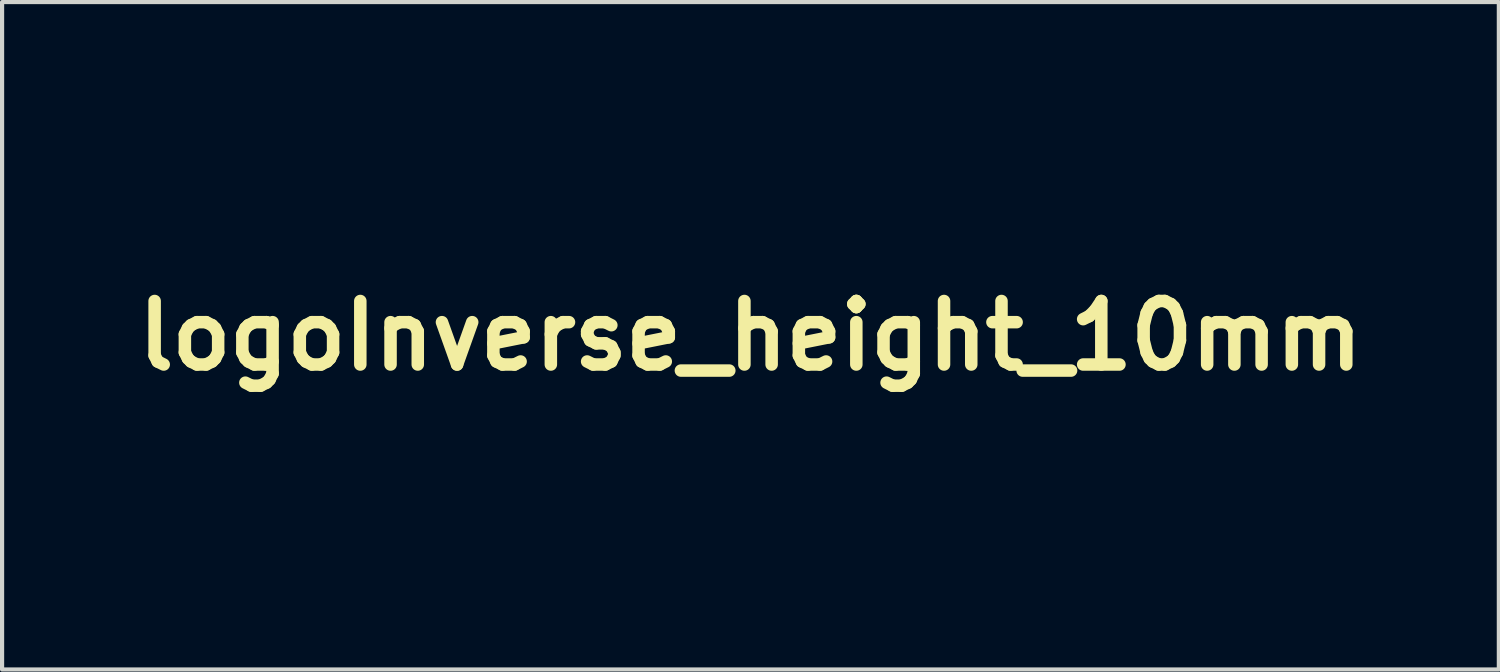
<source format=kicad_pcb>
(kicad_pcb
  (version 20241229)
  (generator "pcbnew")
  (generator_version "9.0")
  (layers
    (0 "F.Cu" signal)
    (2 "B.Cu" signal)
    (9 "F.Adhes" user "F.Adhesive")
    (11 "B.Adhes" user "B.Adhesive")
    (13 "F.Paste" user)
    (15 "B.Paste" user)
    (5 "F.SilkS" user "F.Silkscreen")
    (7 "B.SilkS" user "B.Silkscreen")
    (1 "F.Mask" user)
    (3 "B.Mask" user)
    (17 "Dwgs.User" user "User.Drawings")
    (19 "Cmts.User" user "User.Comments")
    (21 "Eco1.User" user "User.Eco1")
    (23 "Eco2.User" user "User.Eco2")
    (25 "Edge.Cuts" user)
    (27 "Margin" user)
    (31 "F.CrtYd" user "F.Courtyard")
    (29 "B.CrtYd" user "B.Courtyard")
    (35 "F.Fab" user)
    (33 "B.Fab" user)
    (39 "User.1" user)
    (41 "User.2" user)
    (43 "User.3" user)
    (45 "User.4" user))
  (footprint "logoInverse_height_10mm"
    (layer "F.Cu")
    (at 14.957 5.007)
    (property "Reference" "logoInverse_height_10mm" (at 0 0 0) (layer "F.SilkS") (effects (font (size 1.524 1.524) (thickness 0.3))))
    (attr through_hole)
    (fp_poly (pts (xy 0.654 -1.427) (xy 0.656 -1.372) (xy 0.658 -1.285) (xy 0.659 -1.17) (xy 0.66 -1.029) (xy 0.66 -0.867) (xy 0.659 -0.686) (xy 0.658 -0.49) (xy 0.657 -0.327) (xy 0.653 0.024) (xy 0.648 0.338) (xy 0.642 0.616) (xy 0.636 0.86) (xy 0.628 1.071) (xy 0.619 1.252) (xy 0.609 1.402) (xy 0.597 1.526) (xy 0.588 1.602) (xy 0.576 1.686) (xy 0.563 1.787) (xy 0.55 1.887) (xy 0.549 1.895) (xy 0.533 2.021) (xy 0.513 2.15) (xy 0.488 2.297) (xy 0.467 2.413) (xy 0.455 2.485) (xy 0.441 2.574) (xy 0.43 2.652) (xy 0.416 2.751) (xy 0.401 2.861) (xy 0.391 2.936) (xy 0.379 3.019) (xy 0.368 3.099) (xy 0.361 3.155) (xy 0.348 3.238) (xy 0.332 3.33) (xy 0.313 3.418) (xy 0.297 3.485) (xy 0.293 3.497) (xy 0.281 3.543) (xy 0.265 3.61) (xy 0.254 3.663) (xy 0.239 3.735) (xy 0.224 3.799) (xy 0.215 3.83) (xy 0.2 3.879) (xy 0.182 3.944) (xy 0.176 3.966) (xy 0.15 4.053) (xy 0.123 4.137) (xy 0.096 4.211) (xy 0.072 4.266) (xy 0.055 4.296) (xy 0.051 4.298) (xy 0.036 4.285) (xy 0.001 4.25) (xy -0.048 4.2) (xy -0.071 4.176) (xy -0.135 4.107) (xy -0.195 4.035) (xy -0.242 3.975) (xy -0.248 3.966) (xy -0.281 3.917) (xy -0.311 3.868) (xy -0.345 3.811) (xy -0.389 3.733) (xy -0.408 3.7) (xy -0.426 3.665) (xy -0.454 3.606) (xy -0.486 3.535) (xy -0.49 3.527) (xy -0.535 3.429) (xy -0.583 3.325) (xy -0.632 3.225) (xy -0.674 3.138) (xy -0.707 3.075) (xy -0.711 3.068) (xy -0.775 2.93) (xy -0.834 2.758) (xy -0.889 2.556) (xy -0.937 2.328) (xy -0.978 2.08) (xy -0.988 2.003) (xy -0.998 1.9) (xy -1.005 1.768) (xy -1.009 1.613) (xy -1.01 1.445) (xy -1.009 1.271) (xy -1.005 1.101) (xy -0.999 0.943) (xy -0.991 0.805) (xy -0.98 0.695) (xy -0.977 0.674) (xy -0.964 0.582) (xy -0.951 0.484) (xy -0.942 0.42) (xy -0.934 0.371) (xy -0.923 0.329) (xy -0.903 0.288) (xy -0.871 0.239) (xy -0.822 0.175) (xy -0.757 0.095) (xy -0.69 0.016) (xy -0.602 -0.082) (xy -0.501 -0.192) (xy -0.395 -0.304) (xy -0.29 -0.411) (xy -0.279 -0.422) (xy -0.088 -0.616) (xy 0.077 -0.784) (xy 0.215 -0.929) (xy 0.33 -1.052) (xy 0.421 -1.154) (xy 0.492 -1.237) (xy 0.542 -1.302) (xy 0.559 -1.327) (xy 0.598 -1.385) (xy 0.631 -1.427) (xy 0.65 -1.446) (xy 0.651 -1.446) (xy 0.654 -1.427)) (stroke (width 0.01) (type solid)) (fill no) (layer "Eco2.User"))
    (fp_poly (pts (xy 2.015 -4.447) (xy 2.083 -4.413) (xy 2.161 -4.349) (xy 2.178 -4.334) (xy 2.306 -4.199) (xy 2.42 -4.045) (xy 2.515 -3.884) (xy 2.583 -3.724) (xy 2.599 -3.673) (xy 2.617 -3.611) (xy 2.634 -3.559) (xy 2.639 -3.546) (xy 2.66 -3.472) (xy 2.676 -3.369) (xy 2.688 -3.246) (xy 2.695 -3.112) (xy 2.696 -2.976) (xy 2.69 -2.849) (xy 2.679 -2.739) (xy 2.676 -2.724) (xy 2.654 -2.617) (xy 2.619 -2.485) (xy 2.576 -2.339) (xy 2.528 -2.191) (xy 2.479 -2.05) (xy 2.431 -1.929) (xy 2.404 -1.866) (xy 2.364 -1.782) (xy 2.322 -1.692) (xy 2.298 -1.641) (xy 2.257 -1.561) (xy 2.211 -1.475) (xy 2.188 -1.436) (xy 2.15 -1.369) (xy 2.116 -1.305) (xy 2.101 -1.275) (xy 2.075 -1.225) (xy 2.039 -1.165) (xy 1.999 -1.104) (xy 1.963 -1.054) (xy 1.936 -1.023) (xy 1.931 -1.019) (xy 1.916 -0.997) (xy 1.915 -0.989) (xy 1.903 -0.957) (xy 1.88 -0.927) (xy 1.84 -0.88) (xy 1.814 -0.845) (xy 1.782 -0.803) (xy 1.738 -0.75) (xy 1.717 -0.727) (xy 1.665 -0.667) (xy 1.613 -0.604) (xy 1.599 -0.586) (xy 1.561 -0.54) (xy 1.508 -0.481) (xy 1.444 -0.414) (xy 1.377 -0.346) (xy 1.312 -0.282) (xy 1.255 -0.228) (xy 1.212 -0.191) (xy 1.19 -0.176) (xy 1.189 -0.176) (xy 1.183 -0.193) (xy 1.179 -0.244) (xy 1.176 -0.33) (xy 1.175 -0.453) (xy 1.176 -0.613) (xy 1.178 -0.81) (xy 1.179 -0.894) (xy 1.187 -1.357) (xy 1.2 -1.786) (xy 1.217 -2.179) (xy 1.237 -2.536) (xy 1.25 -2.716) (xy 1.259 -2.867) (xy 1.261 -2.995) (xy 1.257 -3.095) (xy 1.246 -3.164) (xy 1.229 -3.2) (xy 1.219 -3.204) (xy 1.191 -3.193) (xy 1.143 -3.164) (xy 1.09 -3.126) (xy 1.033 -3.086) (xy 0.987 -3.058) (xy 0.962 -3.048) (xy 0.94 -3.037) (xy 0.938 -3.03) (xy 0.921 -3.016) (xy 0.877 -2.998) (xy 0.842 -2.988) (xy 0.792 -2.972) (xy 0.757 -2.95) (xy 0.733 -2.914) (xy 0.713 -2.855) (xy 0.694 -2.766) (xy 0.693 -2.765) (xy 0.674 -2.674) (xy 0.648 -2.556) (xy 0.629 -2.472) (xy 0.61 -2.402) (xy 0.587 -2.324) (xy 0.581 -2.306) (xy 0.558 -2.233) (xy 0.535 -2.148) (xy 0.526 -2.11) (xy 0.509 -2.048) (xy 0.493 -2.001) (xy 0.485 -1.984) (xy 0.47 -1.949) (xy 0.469 -1.936) (xy 0.46 -1.909) (xy 0.437 -1.854) (xy 0.402 -1.778) (xy 0.359 -1.688) (xy 0.312 -1.592) (xy 0.263 -1.495) (xy 0.216 -1.405) (xy 0.174 -1.328) (xy 0.16 -1.303) (xy 0.069 -1.161) (xy -0.047 -1.01) (xy -0.189 -0.845) (xy -0.305 -0.723) (xy -0.392 -0.632) (xy -0.483 -0.537) (xy -0.568 -0.448) (xy -0.637 -0.375) (xy -0.655 -0.357) (xy -0.713 -0.296) (xy -0.763 -0.249) (xy -0.799 -0.22) (xy -0.81 -0.215) (xy -0.82 -0.232) (xy -0.822 -0.279) (xy -0.817 -0.346) (xy -0.806 -0.423) (xy -0.79 -0.502) (xy -0.781 -0.537) (xy -0.764 -0.601) (xy -0.747 -0.674) (xy -0.726 -0.769) (xy -0.713 -0.83) (xy -0.698 -0.887) (xy -0.684 -0.928) (xy -0.67 -0.97) (xy -0.653 -1.032) (xy -0.645 -1.065) (xy -0.627 -1.138) (xy -0.604 -1.226) (xy -0.586 -1.29) (xy -0.564 -1.364) (xy -0.535 -1.462) (xy -0.505 -1.566) (xy -0.489 -1.622) (xy -0.453 -1.743) (xy -0.427 -1.833) (xy -0.408 -1.897) (xy -0.394 -1.942) (xy -0.384 -1.973) (xy -0.375 -1.995) (xy -0.372 -2.003) (xy -0.341 -2.078) (xy -0.309 -2.161) (xy -0.279 -2.241) (xy -0.255 -2.309) (xy -0.239 -2.358) (xy -0.234 -2.376) (xy -0.227 -2.409) (xy -0.205 -2.47) (xy -0.173 -2.55) (xy -0.133 -2.644) (xy -0.089 -2.745) (xy -0.043 -2.846) (xy 0.001 -2.94) (xy 0.041 -3.022) (xy 0.074 -3.083) (xy 0.096 -3.118) (xy 0.102 -3.123) (xy 0.117 -3.145) (xy 0.117 -3.147) (xy 0.127 -3.169) (xy 0.152 -3.214) (xy 0.186 -3.272) (xy 0.224 -3.334) (xy 0.26 -3.388) (xy 0.286 -3.427) (xy 0.288 -3.429) (xy 0.309 -3.457) (xy 0.341 -3.501) (xy 0.351 -3.517) (xy 0.383 -3.561) (xy 0.406 -3.591) (xy 0.41 -3.595) (xy 0.428 -3.615) (xy 0.461 -3.654) (xy 0.474 -3.669) (xy 0.549 -3.749) (xy 0.648 -3.833) (xy 0.756 -3.914) (xy 0.862 -3.98) (xy 0.899 -3.999) (xy 1.017 -4.056) (xy 1.139 -4.114) (xy 1.258 -4.17) (xy 1.369 -4.222) (xy 1.467 -4.267) (xy 1.547 -4.303) (xy 1.604 -4.327) (xy 1.631 -4.337) (xy 1.632 -4.338) (xy 1.652 -4.345) (xy 1.699 -4.365) (xy 1.762 -4.393) (xy 1.768 -4.396) (xy 1.869 -4.437) (xy 1.947 -4.455) (xy 2.015 -4.447)) (stroke (width 0.01) (type solid)) (fill no) (layer "Eco2.User"))
    (fp_poly (pts (xy 5.002 5.002) (xy -5.002 5.002) (xy -5.002 1.2) (xy -3.182 1.2) (xy -3.159 1.208) (xy -3.121 1.204) (xy -3.069 1.195) (xy -2.995 1.183) (xy -2.921 1.172) (xy -2.812 1.156) (xy -2.732 1.145) (xy -2.672 1.135) (xy -2.622 1.127) (xy -2.573 1.118) (xy -2.54 1.111) (xy -2.473 1.096) (xy -2.416 1.082) (xy -2.393 1.074) (xy -2.352 1.061) (xy -2.29 1.044) (xy -2.257 1.036) (xy -2.187 1.018) (xy -2.132 1.001) (xy -2.069 0.977) (xy -2.032 0.962) (xy -1.979 0.941) (xy -1.917 0.919) (xy -1.915 0.918) (xy -1.814 0.879) (xy -1.68 0.82) (xy -1.592 0.778) (xy -1.539 0.757) (xy -1.502 0.747) (xy -1.491 0.749) (xy -1.488 0.773) (xy -1.49 0.826) (xy -1.497 0.9) (xy -1.503 0.952) (xy -1.512 1.039) (xy -1.517 1.15) (xy -1.52 1.289) (xy -1.521 1.459) (xy -1.519 1.664) (xy -1.518 1.749) (xy -1.515 1.929) (xy -1.512 2.076) (xy -1.507 2.197) (xy -1.502 2.295) (xy -1.494 2.379) (xy -1.485 2.453) (xy -1.472 2.524) (xy -1.456 2.597) (xy -1.447 2.638) (xy -1.431 2.709) (xy -1.417 2.779) (xy -1.415 2.794) (xy -1.403 2.853) (xy -1.389 2.9) (xy -1.388 2.901) (xy -1.365 2.965) (xy -1.345 3.03) (xy -1.332 3.081) (xy -1.329 3.103) (xy -1.321 3.13) (xy -1.301 3.181) (xy -1.274 3.247) (xy -1.243 3.317) (xy -1.214 3.38) (xy -1.192 3.424) (xy -1.162 3.477) (xy -1.138 3.523) (xy -1.113 3.577) (xy -1.079 3.651) (xy -1.073 3.663) (xy -1.015 3.792) (xy -0.963 3.9) (xy -0.922 3.983) (xy -0.892 4.038) (xy -0.875 4.061) (xy -0.874 4.061) (xy -0.86 4.083) (xy -0.86 4.086) (xy -0.847 4.122) (xy -0.811 4.18) (xy -0.758 4.255) (xy -0.692 4.339) (xy -0.619 4.429) (xy -0.542 4.517) (xy -0.467 4.598) (xy -0.399 4.666) (xy -0.343 4.716) (xy -0.313 4.737) (xy -0.228 4.763) (xy -0.124 4.757) (xy -0.071 4.744) (xy -0.004 4.717) (xy 0.076 4.675) (xy 0.153 4.626) (xy 0.207 4.583) (xy 0.232 4.559) (xy 0.276 4.519) (xy 0.314 4.483) (xy 0.361 4.434) (xy 0.414 4.372) (xy 0.465 4.305) (xy 0.508 4.242) (xy 0.538 4.191) (xy 0.547 4.164) (xy 0.555 4.136) (xy 0.575 4.089) (xy 0.584 4.071) (xy 0.614 4.001) (xy 0.64 3.924) (xy 0.645 3.908) (xy 0.663 3.845) (xy 0.68 3.793) (xy 0.684 3.781) (xy 0.698 3.739) (xy 0.714 3.677) (xy 0.722 3.644) (xy 0.761 3.481) (xy 0.798 3.331) (xy 0.854 3.086) (xy 0.895 2.846) (xy 0.918 2.657) (xy 0.932 2.535) (xy 0.943 2.441) (xy 0.954 2.364) (xy 0.966 2.295) (xy 0.979 2.227) (xy 0.991 2.161) (xy 1.005 2.075) (xy 1.016 2.003) (xy 1.03 1.905) (xy 1.046 1.798) (xy 1.057 1.729) (xy 1.071 1.637) (xy 1.086 1.539) (xy 1.095 1.475) (xy 1.102 1.418) (xy 1.109 1.331) (xy 1.117 1.221) (xy 1.125 1.098) (xy 1.132 0.975) (xy 1.139 0.825) (xy 1.147 0.708) (xy 1.155 0.62) (xy 1.164 0.557) (xy 1.175 0.512) (xy 1.189 0.48) (xy 1.207 0.458) (xy 1.222 0.446) (xy 1.245 0.417) (xy 1.282 0.36) (xy 1.326 0.282) (xy 1.375 0.191) (xy 1.395 0.152) (xy 1.486 -0.021) (xy 1.576 -0.168) (xy 1.672 -0.299) (xy 1.781 -0.427) (xy 1.849 -0.498) (xy 1.924 -0.577) (xy 2.005 -0.664) (xy 2.075 -0.743) (xy 2.091 -0.762) (xy 2.143 -0.823) (xy 2.188 -0.875) (xy 2.218 -0.909) (xy 2.223 -0.915) (xy 2.249 -0.946) (xy 2.287 -0.994) (xy 2.301 -1.013) (xy 2.335 -1.058) (xy 2.36 -1.088) (xy 2.366 -1.094) (xy 2.398 -1.131) (xy 2.444 -1.197) (xy 2.501 -1.288) (xy 2.567 -1.397) (xy 2.637 -1.52) (xy 2.709 -1.65) (xy 2.78 -1.783) (xy 2.846 -1.913) (xy 2.866 -1.954) (xy 2.937 -2.113) (xy 3.008 -2.296) (xy 3.074 -2.489) (xy 3.131 -2.678) (xy 3.175 -2.849) (xy 3.183 -2.888) (xy 3.197 -2.983) (xy 3.204 -3.101) (xy 3.207 -3.235) (xy 3.204 -3.375) (xy 3.197 -3.514) (xy 3.186 -3.642) (xy 3.171 -3.752) (xy 3.153 -3.835) (xy 3.145 -3.859) (xy 3.129 -3.903) (xy 3.109 -3.962) (xy 3.105 -3.976) (xy 3.025 -4.178) (xy 2.91 -4.373) (xy 2.763 -4.557) (xy 2.589 -4.723) (xy 2.577 -4.733) (xy 2.489 -4.788) (xy 2.401 -4.807) (xy 2.305 -4.79) (xy 2.252 -4.767) (xy 2.199 -4.744) (xy 2.161 -4.73) (xy 2.152 -4.728) (xy 2.124 -4.72) (xy 2.077 -4.7) (xy 2.058 -4.691) (xy 1.997 -4.661) (xy 1.921 -4.626) (xy 1.876 -4.605) (xy 1.552 -4.456) (xy 1.263 -4.315) (xy 1.008 -4.184) (xy 0.796 -4.067) (xy 0.728 -4.028) (xy 0.657 -3.988) (xy 0.65 -3.984) (xy 0.589 -3.947) (xy 0.533 -3.911) (xy 0.525 -3.905) (xy 0.485 -3.88) (xy 0.461 -3.869) (xy 0.46 -3.869) (xy 0.437 -3.858) (xy 0.392 -3.83) (xy 0.333 -3.791) (xy 0.268 -3.746) (xy 0.207 -3.701) (xy 0.157 -3.663) (xy 0.147 -3.655) (xy 0.083 -3.597) (xy 0.016 -3.532) (xy -0.043 -3.47) (xy -0.078 -3.428) (xy -0.105 -3.393) (xy -0.146 -3.338) (xy -0.191 -3.28) (xy -0.232 -3.223) (xy -0.262 -3.177) (xy -0.274 -3.151) (xy -0.274 -3.15) (xy -0.285 -3.125) (xy -0.288 -3.123) (xy -0.307 -3.101) (xy -0.34 -3.051) (xy -0.382 -2.979) (xy -0.431 -2.891) (xy -0.482 -2.794) (xy -0.533 -2.694) (xy -0.58 -2.599) (xy -0.619 -2.515) (xy -0.645 -2.452) (xy -0.663 -2.408) (xy -0.687 -2.351) (xy -0.689 -2.345) (xy -0.713 -2.285) (xy -0.731 -2.231) (xy -0.732 -2.227) (xy -0.747 -2.18) (xy -0.771 -2.11) (xy -0.8 -2.029) (xy -0.83 -1.951) (xy -0.842 -1.92) (xy -0.864 -1.864) (xy -0.877 -1.832) (xy -0.897 -1.78) (xy -0.916 -1.733) (xy -0.932 -1.68) (xy -0.938 -1.64) (xy -0.947 -1.589) (xy -0.955 -1.568) (xy -0.972 -1.527) (xy -0.99 -1.47) (xy -0.994 -1.456) (xy -1.009 -1.403) (xy -1.031 -1.326) (xy -1.058 -1.236) (xy -1.074 -1.181) (xy -1.099 -1.096) (xy -1.118 -1.023) (xy -1.131 -0.97) (xy -1.133 -0.951) (xy -1.142 -0.905) (xy -1.151 -0.884) (xy -1.172 -0.828) (xy -1.198 -0.737) (xy -1.227 -0.613) (xy -1.232 -0.586) (xy -1.248 -0.519) (xy -1.263 -0.462) (xy -1.27 -0.44) (xy -1.284 -0.391) (xy -1.301 -0.316) (xy -1.319 -0.226) (xy -1.334 -0.132) (xy -1.339 -0.098) (xy -1.351 -0.022) (xy -1.365 0.062) (xy -1.369 0.088) (xy -1.382 0.163) (xy -1.396 0.253) (xy -1.404 0.314) (xy -1.427 0.428) (xy -1.464 0.512) (xy -1.521 0.573) (xy -1.603 0.617) (xy -1.651 0.635) (xy -1.715 0.656) (xy -1.769 0.675) (xy -1.788 0.683) (xy -1.849 0.704) (xy -1.944 0.73) (xy -2.068 0.759) (xy -2.081 0.762) (xy -2.154 0.779) (xy -2.224 0.795) (xy -2.247 0.801) (xy -2.295 0.81) (xy -2.37 0.821) (xy -2.461 0.832) (xy -2.529 0.84) (xy -2.627 0.851) (xy -2.697 0.863) (xy -2.748 0.878) (xy -2.789 0.898) (xy -2.822 0.92) (xy -2.876 0.959) (xy -2.949 1.01) (xy -3.027 1.064) (xy -3.043 1.076) (xy -3.124 1.134) (xy -3.17 1.176) (xy -3.182 1.2) (xy -5.002 1.2) (xy -5.002 -5.002) (xy 5.002 -5.002) (xy 5.002 5.002)) (stroke (width 0.01) (type solid)) (fill no) (layer "Eco2.User")))
  (gr_rect
    (start -3 -3)
    (end 32.914 13.014)
    (stroke (width 0.1) (type default))
    (fill no)
    (layer "Edge.Cuts")))
</source>
